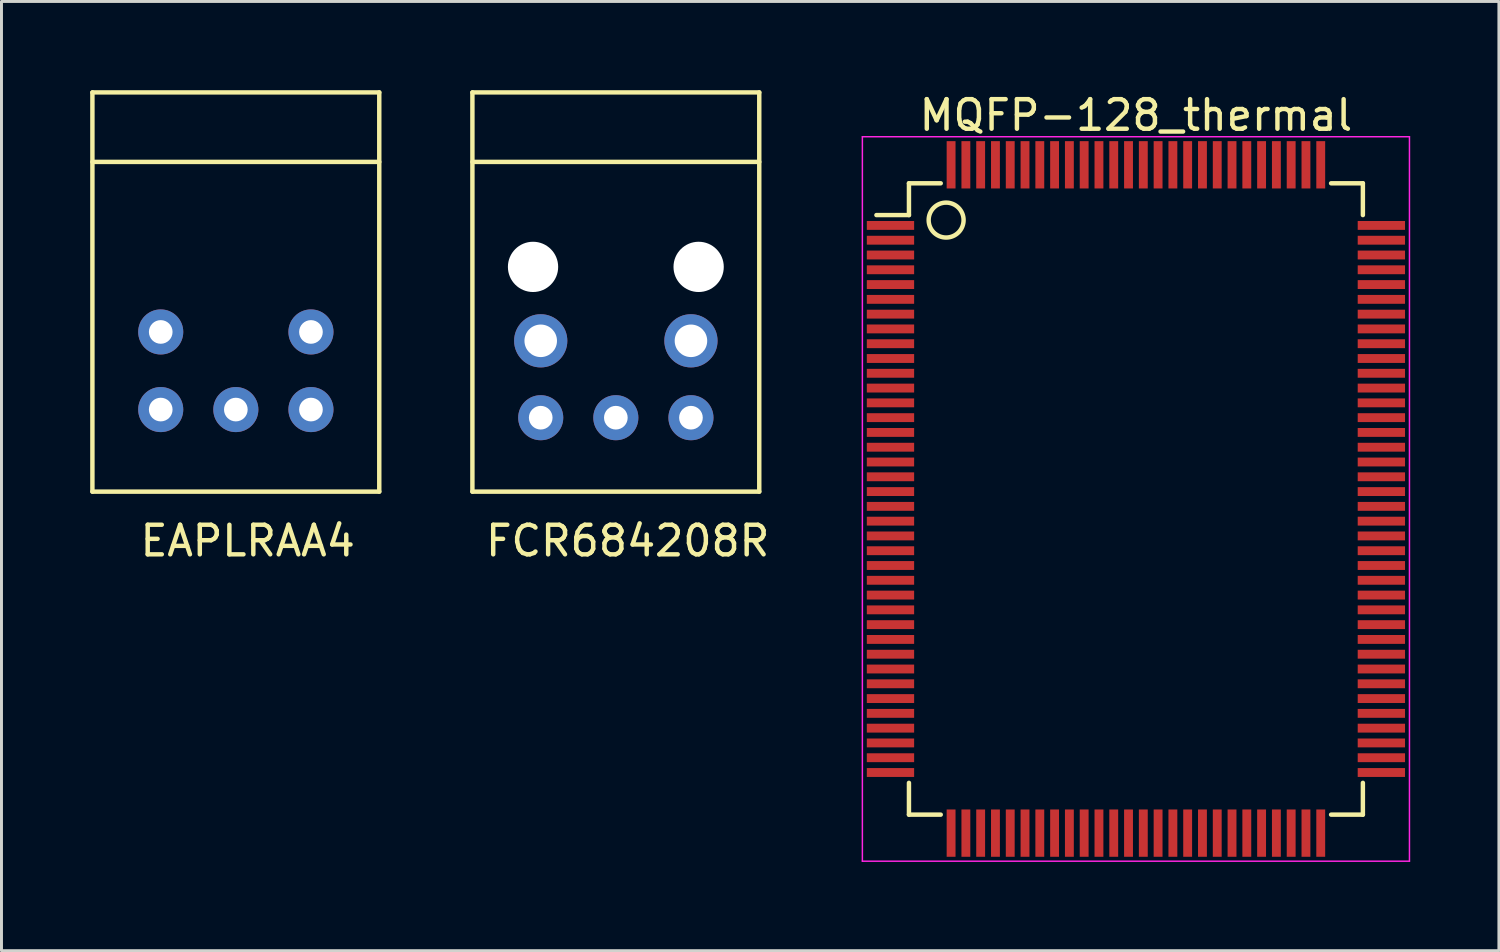
<source format=kicad_pcb>
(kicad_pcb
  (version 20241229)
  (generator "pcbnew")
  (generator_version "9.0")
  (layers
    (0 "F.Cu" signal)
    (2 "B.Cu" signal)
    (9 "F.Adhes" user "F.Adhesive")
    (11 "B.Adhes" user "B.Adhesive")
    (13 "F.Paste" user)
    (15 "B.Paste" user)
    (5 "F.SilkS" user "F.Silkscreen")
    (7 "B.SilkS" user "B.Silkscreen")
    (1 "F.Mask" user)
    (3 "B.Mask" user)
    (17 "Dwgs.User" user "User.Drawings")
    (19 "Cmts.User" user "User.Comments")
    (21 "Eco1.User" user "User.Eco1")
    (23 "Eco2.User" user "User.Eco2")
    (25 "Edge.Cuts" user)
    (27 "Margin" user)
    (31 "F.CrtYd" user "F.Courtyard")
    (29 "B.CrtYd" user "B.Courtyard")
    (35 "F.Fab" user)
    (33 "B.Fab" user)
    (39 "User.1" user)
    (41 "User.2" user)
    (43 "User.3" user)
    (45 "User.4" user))
  (footprint "EAPLRAA4"
    (layer "F.Cu")
    (at 4.925 10.8)
    (property "Reference" "EAPLRAA4" (at 0.401 4.44 0) (layer "F.SilkS") (effects (font (size 1 1) (thickness 0.15))))
    (attr through_hole)
    (fp_line (start -4.85 -10.725) (end 4.85 -10.725) (stroke (width 0.15) (type solid)) (layer "F.SilkS"))
    (fp_line (start -4.85 -8.375) (end 4.85 -8.375) (stroke (width 0.15) (type solid)) (layer "F.SilkS"))
    (fp_line (start -4.85 2.775) (end -4.85 -10.725) (stroke (width 0.15) (type solid)) (layer "F.SilkS"))
    (fp_line (start 4.85 -10.725) (end 4.85 2.775) (stroke (width 0.15) (type solid)) (layer "F.SilkS"))
    (fp_line (start 4.85 2.775) (end -4.85 2.775) (stroke (width 0.15) (type solid)) (layer "F.SilkS"))
    (pad "1" thru_hole circle (at -2.54 0) (size 1.524 1.524) (drill 0.8) (layers "*.Cu" "*.Mask"))
    (pad "2" thru_hole circle (at 0 0) (size 1.524 1.524) (drill 0.8) (layers "*.Cu" "*.Mask"))
    (pad "3" thru_hole circle (at 2.54 0) (size 1.524 1.524) (drill 0.8) (layers "*.Cu" "*.Mask"))
    (pad "4" thru_hole circle (at 2.54 -2.625) (size 1.524 1.524) (drill 0.8) (layers "*.Cu" "*.Mask"))
    (pad "5" thru_hole circle (at -2.54 -2.625) (size 1.524 1.524) (drill 0.8) (layers "*.Cu" "*.Mask")))
  (footprint "FCR684208R"
    (layer "F.Cu")
    (at 17.775 11.075)
    (property "Reference" "FCR684208R" (at 0.401 4.165 0) (layer "F.SilkS") (effects (font (size 1 1) (thickness 0.15))))
    (attr through_hole)
    (fp_line (start -4.85 -11) (end 4.85 -11) (stroke (width 0.15) (type solid)) (layer "F.SilkS"))
    (fp_line (start -4.85 -8.65) (end 4.85 -8.65) (stroke (width 0.15) (type solid)) (layer "F.SilkS"))
    (fp_line (start -4.85 2.5) (end -4.85 -11) (stroke (width 0.15) (type solid)) (layer "F.SilkS"))
    (fp_line (start 4.85 -11) (end 4.85 2.5) (stroke (width 0.15) (type solid)) (layer "F.SilkS"))
    (fp_line (start 4.85 2.5) (end -4.85 2.5) (stroke (width 0.15) (type solid)) (layer "F.SilkS"))
    (pad "" np_thru_hole circle (at -2.8 -5.1) (size 1.7 1.7) (drill 1.7) (layers "*.Cu" "*.Mask"))
    (pad "" np_thru_hole circle (at 2.8 -5.1) (size 1.7 1.7) (drill 1.7) (layers "*.Cu" "*.Mask"))
    (pad "1" thru_hole circle (at -2.54 0) (size 1.524 1.524) (drill 0.8) (layers "*.Cu" "*.Mask"))
    (pad "2" thru_hole circle (at 0 0) (size 1.524 1.524) (drill 0.8) (layers "*.Cu" "*.Mask"))
    (pad "3" thru_hole circle (at 2.54 0) (size 1.524 1.524) (drill 0.8) (layers "*.Cu" "*.Mask"))
    (pad "4" thru_hole circle (at 2.54 -2.6) (size 1.8 1.8) (drill 1.1) (layers "*.Cu" "*.Mask"))
    (pad "5" thru_hole circle (at -2.54 -2.6) (size 1.8 1.8) (drill 1.1) (layers "*.Cu" "*.Mask")))
  (footprint "MQFP-128_thermal"
    (layer "F.Cu")
    (at 35.362 13.823)
    (property "Reference" "MQFP-128_thermal" (at 0 -12.975 0) (layer "F.SilkS") (effects (font (size 1 1) (thickness 0.15))))
    (attr smd)
    (fp_line (start -7.675 -10.675) (end -7.675 -9.6) (stroke (width 0.15) (type solid)) (layer "F.SilkS"))
    (fp_line (start -7.675 -10.675) (end -6.6 -10.675) (stroke (width 0.15) (type solid)) (layer "F.SilkS"))
    (fp_line (start -7.675 -9.6) (end -8.775 -9.6) (stroke (width 0.15) (type solid)) (layer "F.SilkS"))
    (fp_line (start -7.675 10.675) (end -7.675 9.6) (stroke (width 0.15) (type solid)) (layer "F.SilkS"))
    (fp_line (start -7.675 10.675) (end -6.6 10.675) (stroke (width 0.15) (type solid)) (layer "F.SilkS"))
    (fp_line (start 7.675 -10.675) (end 6.6 -10.675) (stroke (width 0.15) (type solid)) (layer "F.SilkS"))
    (fp_line (start 7.675 -10.675) (end 7.675 -9.6) (stroke (width 0.15) (type solid)) (layer "F.SilkS"))
    (fp_line (start 7.675 10.675) (end 6.6 10.675) (stroke (width 0.15) (type solid)) (layer "F.SilkS"))
    (fp_line (start 7.675 10.675) (end 7.675 9.6) (stroke (width 0.15) (type solid)) (layer "F.SilkS"))
    (fp_circle (center -6.418 -9.431) (end -6.045 -8.973) (stroke (width 0.15) (type solid)) (fill no) (layer "F.SilkS"))
    (fp_line (start -9.25 -12.25) (end -9.25 12.25) (stroke (width 0.05) (type solid)) (layer "F.CrtYd"))
    (fp_line (start -9.25 -12.25) (end 9.25 -12.25) (stroke (width 0.05) (type solid)) (layer "F.CrtYd"))
    (fp_line (start -9.25 12.25) (end 9.25 12.25) (stroke (width 0.05) (type solid)) (layer "F.CrtYd"))
    (fp_line (start 9.25 -12.25) (end 9.25 12.25) (stroke (width 0.05) (type solid)) (layer "F.CrtYd"))
    (pad "1" smd rect (at -8.3 -9.25) (size 1.6 0.3) (layers "F.Cu" "F.Mask" "F.Paste"))
    (pad "2" smd rect (at -8.3 -8.75) (size 1.6 0.3) (layers "F.Cu" "F.Mask" "F.Paste"))
    (pad "3" smd rect (at -8.3 -8.25) (size 1.6 0.3) (layers "F.Cu" "F.Mask" "F.Paste"))
    (pad "4" smd rect (at -8.3 -7.75) (size 1.6 0.3) (layers "F.Cu" "F.Mask" "F.Paste"))
    (pad "5" smd rect (at -8.3 -7.25) (size 1.6 0.3) (layers "F.Cu" "F.Mask" "F.Paste"))
    (pad "6" smd rect (at -8.3 -6.75) (size 1.6 0.3) (layers "F.Cu" "F.Mask" "F.Paste"))
    (pad "7" smd rect (at -8.3 -6.25) (size 1.6 0.3) (layers "F.Cu" "F.Mask" "F.Paste"))
    (pad "8" smd rect (at -8.3 -5.75) (size 1.6 0.3) (layers "F.Cu" "F.Mask" "F.Paste"))
    (pad "9" smd rect (at -8.3 -5.25) (size 1.6 0.3) (layers "F.Cu" "F.Mask" "F.Paste"))
    (pad "10" smd rect (at -8.3 -4.75) (size 1.6 0.3) (layers "F.Cu" "F.Mask" "F.Paste"))
    (pad "11" smd rect (at -8.3 -4.25) (size 1.6 0.3) (layers "F.Cu" "F.Mask" "F.Paste"))
    (pad "12" smd rect (at -8.3 -3.75) (size 1.6 0.3) (layers "F.Cu" "F.Mask" "F.Paste"))
    (pad "13" smd rect (at -8.3 -3.25) (size 1.6 0.3) (layers "F.Cu" "F.Mask" "F.Paste"))
    (pad "14" smd rect (at -8.3 -2.75) (size 1.6 0.3) (layers "F.Cu" "F.Mask" "F.Paste"))
    (pad "15" smd rect (at -8.3 -2.25) (size 1.6 0.3) (layers "F.Cu" "F.Mask" "F.Paste"))
    (pad "16" smd rect (at -8.3 -1.75) (size 1.6 0.3) (layers "F.Cu" "F.Mask" "F.Paste"))
    (pad "17" smd rect (at -8.3 -1.25) (size 1.6 0.3) (layers "F.Cu" "F.Mask" "F.Paste"))
    (pad "18" smd rect (at -8.3 -0.75) (size 1.6 0.3) (layers "F.Cu" "F.Mask" "F.Paste"))
    (pad "19" smd rect (at -8.3 -0.25) (size 1.6 0.3) (layers "F.Cu" "F.Mask" "F.Paste"))
    (pad "20" smd rect (at -8.3 0.25) (size 1.6 0.3) (layers "F.Cu" "F.Mask" "F.Paste"))
    (pad "21" smd rect (at -8.3 0.75) (size 1.6 0.3) (layers "F.Cu" "F.Mask" "F.Paste"))
    (pad "22" smd rect (at -8.3 1.25) (size 1.6 0.3) (layers "F.Cu" "F.Mask" "F.Paste"))
    (pad "23" smd rect (at -8.3 1.75) (size 1.6 0.3) (layers "F.Cu" "F.Mask" "F.Paste"))
    (pad "24" smd rect (at -8.3 2.25) (size 1.6 0.3) (layers "F.Cu" "F.Mask" "F.Paste"))
    (pad "25" smd rect (at -8.3 2.75) (size 1.6 0.3) (layers "F.Cu" "F.Mask" "F.Paste"))
    (pad "26" smd rect (at -8.3 3.25) (size 1.6 0.3) (layers "F.Cu" "F.Mask" "F.Paste"))
    (pad "27" smd rect (at -8.3 3.75) (size 1.6 0.3) (layers "F.Cu" "F.Mask" "F.Paste"))
    (pad "28" smd rect (at -8.3 4.25) (size 1.6 0.3) (layers "F.Cu" "F.Mask" "F.Paste"))
    (pad "29" smd rect (at -8.3 4.75) (size 1.6 0.3) (layers "F.Cu" "F.Mask" "F.Paste"))
    (pad "30" smd rect (at -8.3 5.25) (size 1.6 0.3) (layers "F.Cu" "F.Mask" "F.Paste"))
    (pad "31" smd rect (at -8.3 5.75) (size 1.6 0.3) (layers "F.Cu" "F.Mask" "F.Paste"))
    (pad "32" smd rect (at -8.3 6.25) (size 1.6 0.3) (layers "F.Cu" "F.Mask" "F.Paste"))
    (pad "33" smd rect (at -8.3 6.75) (size 1.6 0.3) (layers "F.Cu" "F.Mask" "F.Paste"))
    (pad "34" smd rect (at -8.3 7.25) (size 1.6 0.3) (layers "F.Cu" "F.Mask" "F.Paste"))
    (pad "35" smd rect (at -8.3 7.75) (size 1.6 0.3) (layers "F.Cu" "F.Mask" "F.Paste"))
    (pad "36" smd rect (at -8.3 8.25) (size 1.6 0.3) (layers "F.Cu" "F.Mask" "F.Paste"))
    (pad "37" smd rect (at -8.3 8.75) (size 1.6 0.3) (layers "F.Cu" "F.Mask" "F.Paste"))
    (pad "38" smd rect (at -8.3 9.25) (size 1.6 0.3) (layers "F.Cu" "F.Mask" "F.Paste"))
    (pad "39" smd rect (at -6.25 11.3 90) (size 1.6 0.3) (layers "F.Cu" "F.Mask" "F.Paste"))
    (pad "40" smd rect (at -5.75 11.3 90) (size 1.6 0.3) (layers "F.Cu" "F.Mask" "F.Paste"))
    (pad "41" smd rect (at -5.25 11.3 90) (size 1.6 0.3) (layers "F.Cu" "F.Mask" "F.Paste"))
    (pad "42" smd rect (at -4.75 11.3 90) (size 1.6 0.3) (layers "F.Cu" "F.Mask" "F.Paste"))
    (pad "43" smd rect (at -4.25 11.3 90) (size 1.6 0.3) (layers "F.Cu" "F.Mask" "F.Paste"))
    (pad "44" smd rect (at -3.75 11.3 90) (size 1.6 0.3) (layers "F.Cu" "F.Mask" "F.Paste"))
    (pad "45" smd rect (at -3.25 11.3 90) (size 1.6 0.3) (layers "F.Cu" "F.Mask" "F.Paste"))
    (pad "46" smd rect (at -2.75 11.3 90) (size 1.6 0.3) (layers "F.Cu" "F.Mask" "F.Paste"))
    (pad "47" smd rect (at -2.25 11.3 90) (size 1.6 0.3) (layers "F.Cu" "F.Mask" "F.Paste"))
    (pad "48" smd rect (at -1.75 11.3 90) (size 1.6 0.3) (layers "F.Cu" "F.Mask" "F.Paste"))
    (pad "49" smd rect (at -1.25 11.3 90) (size 1.6 0.3) (layers "F.Cu" "F.Mask" "F.Paste"))
    (pad "50" smd rect (at -0.75 11.3 90) (size 1.6 0.3) (layers "F.Cu" "F.Mask" "F.Paste"))
    (pad "51" smd rect (at -0.25 11.3 90) (size 1.6 0.3) (layers "F.Cu" "F.Mask" "F.Paste"))
    (pad "52" smd rect (at 0.25 11.3 90) (size 1.6 0.3) (layers "F.Cu" "F.Mask" "F.Paste"))
    (pad "53" smd rect (at 0.75 11.3 90) (size 1.6 0.3) (layers "F.Cu" "F.Mask" "F.Paste"))
    (pad "54" smd rect (at 1.25 11.3 90) (size 1.6 0.3) (layers "F.Cu" "F.Mask" "F.Paste"))
    (pad "55" smd rect (at 1.75 11.3 90) (size 1.6 0.3) (layers "F.Cu" "F.Mask" "F.Paste"))
    (pad "56" smd rect (at 2.25 11.3 90) (size 1.6 0.3) (layers "F.Cu" "F.Mask" "F.Paste"))
    (pad "57" smd rect (at 2.75 11.3 90) (size 1.6 0.3) (layers "F.Cu" "F.Mask" "F.Paste"))
    (pad "58" smd rect (at 3.25 11.3 90) (size 1.6 0.3) (layers "F.Cu" "F.Mask" "F.Paste"))
    (pad "59" smd rect (at 3.75 11.3 90) (size 1.6 0.3) (layers "F.Cu" "F.Mask" "F.Paste"))
    (pad "60" smd rect (at 4.25 11.3 90) (size 1.6 0.3) (layers "F.Cu" "F.Mask" "F.Paste"))
    (pad "61" smd rect (at 4.75 11.3 90) (size 1.6 0.3) (layers "F.Cu" "F.Mask" "F.Paste"))
    (pad "62" smd rect (at 5.25 11.3 90) (size 1.6 0.3) (layers "F.Cu" "F.Mask" "F.Paste"))
    (pad "63" smd rect (at 5.75 11.3 90) (size 1.6 0.3) (layers "F.Cu" "F.Mask" "F.Paste"))
    (pad "64" smd rect (at 6.25 11.3 90) (size 1.6 0.3) (layers "F.Cu" "F.Mask" "F.Paste"))
    (pad "65" smd rect (at 8.3 9.25) (size 1.6 0.3) (layers "F.Cu" "F.Mask" "F.Paste"))
    (pad "66" smd rect (at 8.3 8.75) (size 1.6 0.3) (layers "F.Cu" "F.Mask" "F.Paste"))
    (pad "67" smd rect (at 8.3 8.25) (size 1.6 0.3) (layers "F.Cu" "F.Mask" "F.Paste"))
    (pad "68" smd rect (at 8.3 7.75) (size 1.6 0.3) (layers "F.Cu" "F.Mask" "F.Paste"))
    (pad "69" smd rect (at 8.3 7.25) (size 1.6 0.3) (layers "F.Cu" "F.Mask" "F.Paste"))
    (pad "70" smd rect (at 8.3 6.75) (size 1.6 0.3) (layers "F.Cu" "F.Mask" "F.Paste"))
    (pad "71" smd rect (at 8.3 6.25) (size 1.6 0.3) (layers "F.Cu" "F.Mask" "F.Paste"))
    (pad "72" smd rect (at 8.3 5.75) (size 1.6 0.3) (layers "F.Cu" "F.Mask" "F.Paste"))
    (pad "73" smd rect (at 8.3 5.25) (size 1.6 0.3) (layers "F.Cu" "F.Mask" "F.Paste"))
    (pad "74" smd rect (at 8.3 4.75) (size 1.6 0.3) (layers "F.Cu" "F.Mask" "F.Paste"))
    (pad "75" smd rect (at 8.3 4.25) (size 1.6 0.3) (layers "F.Cu" "F.Mask" "F.Paste"))
    (pad "76" smd rect (at 8.3 3.75) (size 1.6 0.3) (layers "F.Cu" "F.Mask" "F.Paste"))
    (pad "77" smd rect (at 8.3 3.25) (size 1.6 0.3) (layers "F.Cu" "F.Mask" "F.Paste"))
    (pad "78" smd rect (at 8.3 2.75) (size 1.6 0.3) (layers "F.Cu" "F.Mask" "F.Paste"))
    (pad "79" smd rect (at 8.3 2.25) (size 1.6 0.3) (layers "F.Cu" "F.Mask" "F.Paste"))
    (pad "80" smd rect (at 8.3 1.75) (size 1.6 0.3) (layers "F.Cu" "F.Mask" "F.Paste"))
    (pad "81" smd rect (at 8.3 1.25) (size 1.6 0.3) (layers "F.Cu" "F.Mask" "F.Paste"))
    (pad "82" smd rect (at 8.3 0.75) (size 1.6 0.3) (layers "F.Cu" "F.Mask" "F.Paste"))
    (pad "83" smd rect (at 8.3 0.25) (size 1.6 0.3) (layers "F.Cu" "F.Mask" "F.Paste"))
    (pad "84" smd rect (at 8.3 -0.25) (size 1.6 0.3) (layers "F.Cu" "F.Mask" "F.Paste"))
    (pad "85" smd rect (at 8.3 -0.75) (size 1.6 0.3) (layers "F.Cu" "F.Mask" "F.Paste"))
    (pad "86" smd rect (at 8.3 -1.25) (size 1.6 0.3) (layers "F.Cu" "F.Mask" "F.Paste"))
    (pad "87" smd rect (at 8.3 -1.75) (size 1.6 0.3) (layers "F.Cu" "F.Mask" "F.Paste"))
    (pad "88" smd rect (at 8.3 -2.25) (size 1.6 0.3) (layers "F.Cu" "F.Mask" "F.Paste"))
    (pad "89" smd rect (at 8.3 -2.75) (size 1.6 0.3) (layers "F.Cu" "F.Mask" "F.Paste"))
    (pad "90" smd rect (at 8.3 -3.25) (size 1.6 0.3) (layers "F.Cu" "F.Mask" "F.Paste"))
    (pad "91" smd rect (at 8.3 -3.75) (size 1.6 0.3) (layers "F.Cu" "F.Mask" "F.Paste"))
    (pad "92" smd rect (at 8.3 -4.25) (size 1.6 0.3) (layers "F.Cu" "F.Mask" "F.Paste"))
    (pad "93" smd rect (at 8.3 -4.75) (size 1.6 0.3) (layers "F.Cu" "F.Mask" "F.Paste"))
    (pad "94" smd rect (at 8.3 -5.25) (size 1.6 0.3) (layers "F.Cu" "F.Mask" "F.Paste"))
    (pad "95" smd rect (at 8.3 -5.75) (size 1.6 0.3) (layers "F.Cu" "F.Mask" "F.Paste"))
    (pad "96" smd rect (at 8.3 -6.25) (size 1.6 0.3) (layers "F.Cu" "F.Mask" "F.Paste"))
    (pad "97" smd rect (at 8.3 -6.75) (size 1.6 0.3) (layers "F.Cu" "F.Mask" "F.Paste"))
    (pad "98" smd rect (at 8.3 -7.25) (size 1.6 0.3) (layers "F.Cu" "F.Mask" "F.Paste"))
    (pad "99" smd rect (at 8.3 -7.75) (size 1.6 0.3) (layers "F.Cu" "F.Mask" "F.Paste"))
    (pad "100" smd rect (at 8.3 -8.25) (size 1.6 0.3) (layers "F.Cu" "F.Mask" "F.Paste"))
    (pad "101" smd rect (at 8.3 -8.75) (size 1.6 0.3) (layers "F.Cu" "F.Mask" "F.Paste"))
    (pad "102" smd rect (at 8.3 -9.25) (size 1.6 0.3) (layers "F.Cu" "F.Mask" "F.Paste"))
    (pad "103" smd rect (at 6.25 -11.3 90) (size 1.6 0.3) (layers "F.Cu" "F.Mask" "F.Paste"))
    (pad "104" smd rect (at 5.75 -11.3 90) (size 1.6 0.3) (layers "F.Cu" "F.Mask" "F.Paste"))
    (pad "105" smd rect (at 5.25 -11.3 90) (size 1.6 0.3) (layers "F.Cu" "F.Mask" "F.Paste"))
    (pad "106" smd rect (at 4.75 -11.3 90) (size 1.6 0.3) (layers "F.Cu" "F.Mask" "F.Paste"))
    (pad "107" smd rect (at 4.25 -11.3 90) (size 1.6 0.3) (layers "F.Cu" "F.Mask" "F.Paste"))
    (pad "108" smd rect (at 3.75 -11.3 90) (size 1.6 0.3) (layers "F.Cu" "F.Mask" "F.Paste"))
    (pad "109" smd rect (at 3.25 -11.3 90) (size 1.6 0.3) (layers "F.Cu" "F.Mask" "F.Paste"))
    (pad "110" smd rect (at 2.75 -11.3 90) (size 1.6 0.3) (layers "F.Cu" "F.Mask" "F.Paste"))
    (pad "111" smd rect (at 2.25 -11.3 90) (size 1.6 0.3) (layers "F.Cu" "F.Mask" "F.Paste"))
    (pad "112" smd rect (at 1.75 -11.3 90) (size 1.6 0.3) (layers "F.Cu" "F.Mask" "F.Paste"))
    (pad "113" smd rect (at 1.25 -11.3 90) (size 1.6 0.3) (layers "F.Cu" "F.Mask" "F.Paste"))
    (pad "114" smd rect (at 0.75 -11.3 90) (size 1.6 0.3) (layers "F.Cu" "F.Mask" "F.Paste"))
    (pad "115" smd rect (at 0.25 -11.3 90) (size 1.6 0.3) (layers "F.Cu" "F.Mask" "F.Paste"))
    (pad "116" smd rect (at -0.25 -11.3 90) (size 1.6 0.3) (layers "F.Cu" "F.Mask" "F.Paste"))
    (pad "117" smd rect (at -0.75 -11.3 90) (size 1.6 0.3) (layers "F.Cu" "F.Mask" "F.Paste"))
    (pad "118" smd rect (at -1.25 -11.3 90) (size 1.6 0.3) (layers "F.Cu" "F.Mask" "F.Paste"))
    (pad "119" smd rect (at -1.75 -11.3 90) (size 1.6 0.3) (layers "F.Cu" "F.Mask" "F.Paste"))
    (pad "120" smd rect (at -2.25 -11.3 90) (size 1.6 0.3) (layers "F.Cu" "F.Mask" "F.Paste"))
    (pad "121" smd rect (at -2.75 -11.3 90) (size 1.6 0.3) (layers "F.Cu" "F.Mask" "F.Paste"))
    (pad "122" smd rect (at -3.25 -11.3 90) (size 1.6 0.3) (layers "F.Cu" "F.Mask" "F.Paste"))
    (pad "123" smd rect (at -3.75 -11.3 90) (size 1.6 0.3) (layers "F.Cu" "F.Mask" "F.Paste"))
    (pad "124" smd rect (at -4.25 -11.3 90) (size 1.6 0.3) (layers "F.Cu" "F.Mask" "F.Paste"))
    (pad "125" smd rect (at -4.75 -11.3 90) (size 1.6 0.3) (layers "F.Cu" "F.Mask" "F.Paste"))
    (pad "126" smd rect (at -5.25 -11.3 90) (size 1.6 0.3) (layers "F.Cu" "F.Mask" "F.Paste"))
    (pad "127" smd rect (at -5.75 -11.3 90) (size 1.6 0.3) (layers "F.Cu" "F.Mask" "F.Paste"))
    (pad "128" smd rect (at -6.25 -11.3 90) (size 1.6 0.3) (layers "F.Cu" "F.Mask" "F.Paste")))
  (gr_rect
    (start -3 -3)
    (end 47.637 29.098)
    (stroke (width 0.1) (type default))
    (fill no)
    (layer "Edge.Cuts")))
</source>
